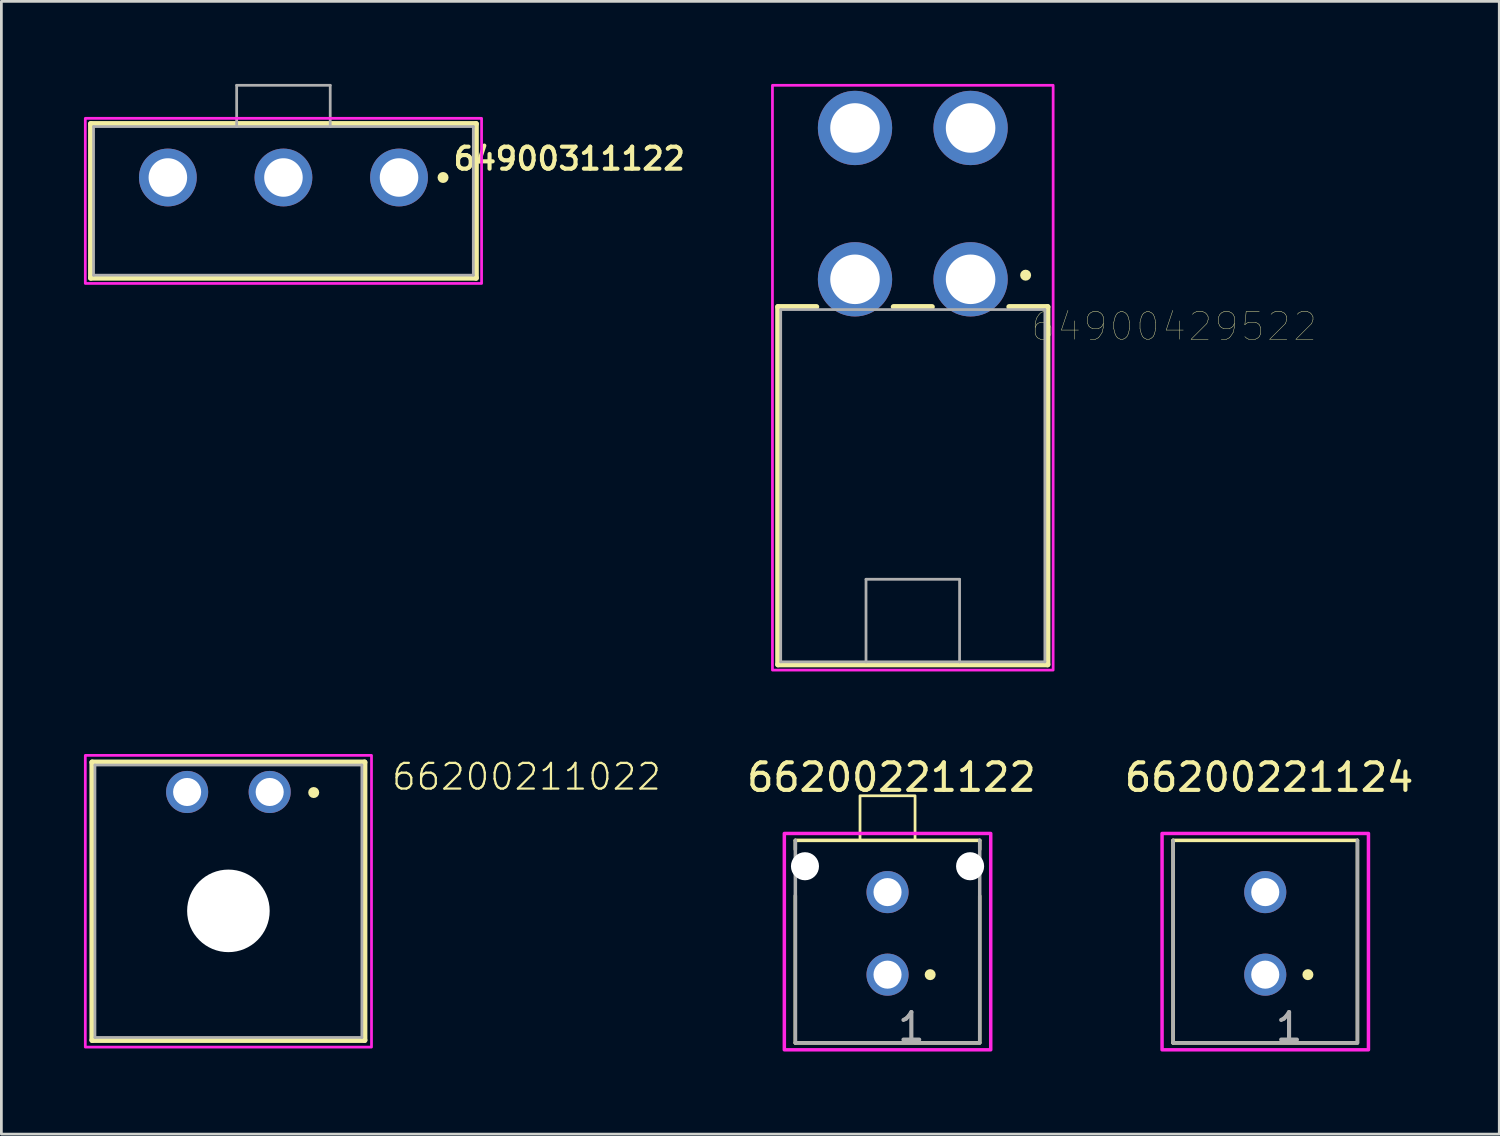
<source format=kicad_pcb>
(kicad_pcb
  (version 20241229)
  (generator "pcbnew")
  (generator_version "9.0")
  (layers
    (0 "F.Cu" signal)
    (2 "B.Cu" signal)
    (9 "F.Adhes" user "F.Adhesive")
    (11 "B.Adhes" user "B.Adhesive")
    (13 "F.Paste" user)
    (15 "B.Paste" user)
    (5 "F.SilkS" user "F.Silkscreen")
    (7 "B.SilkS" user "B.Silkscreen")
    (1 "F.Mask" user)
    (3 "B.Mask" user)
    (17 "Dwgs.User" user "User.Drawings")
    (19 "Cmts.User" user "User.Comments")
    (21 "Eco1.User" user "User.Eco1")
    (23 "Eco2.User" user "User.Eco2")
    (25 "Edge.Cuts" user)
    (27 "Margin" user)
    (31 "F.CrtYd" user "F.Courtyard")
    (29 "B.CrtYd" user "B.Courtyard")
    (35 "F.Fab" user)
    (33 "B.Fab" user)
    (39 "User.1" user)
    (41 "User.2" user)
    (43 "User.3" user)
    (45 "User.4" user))
  (footprint "66200211022"
    (layer "F.Cu")
    (at 5.25 29.7)
    (property "Reference" "66200211022" (at 5.88 -3.975 0) (layer "F.SilkS") (effects (font (size 0.935 0.935) (thickness 0.081)) (justify left bottom)))
    (attr through_hole)
    (fp_line (start -4.95 -5.05) (end 4.95 -5.05) (stroke (width 0.2) (type solid)) (layer "F.SilkS"))
    (fp_line (start -4.95 5.05) (end -4.95 -5.05) (stroke (width 0.2) (type solid)) (layer "F.SilkS"))
    (fp_line (start 4.95 -5.05) (end 4.95 5.05) (stroke (width 0.2) (type solid)) (layer "F.SilkS"))
    (fp_line (start 4.95 5.05) (end -4.95 5.05) (stroke (width 0.2) (type solid)) (layer "F.SilkS"))
    (fp_circle (center 3.1 -3.95) (end 3.2 -3.95) (stroke (width 0.2) (type solid)) (fill no) (layer "F.SilkS"))
    (fp_poly (pts (xy 5.2 5.3) (xy -5.2 5.3) (xy -5.2 -5.3) (xy 5.2 -5.3)) (stroke (width 0.1) (type default)) (fill no) (layer "F.CrtYd"))
    (fp_line (start -4.85 -4.95) (end 4.85 -4.95) (stroke (width 0.1) (type solid)) (layer "F.Fab"))
    (fp_line (start -4.85 4.95) (end -4.85 -4.95) (stroke (width 0.1) (type solid)) (layer "F.Fab"))
    (fp_line (start 4.85 -4.95) (end 4.85 4.95) (stroke (width 0.1) (type solid)) (layer "F.Fab"))
    (fp_line (start 4.85 4.95) (end -4.85 4.95) (stroke (width 0.1) (type solid)) (layer "F.Fab"))
    (pad "" np_thru_hole circle (at 0 0.35) (size 3 3) (drill 3) (layers "*.Cu" "*.Mask"))
    (pad "1" thru_hole circle (at 1.5 -3.97) (size 1.53 1.53) (drill 1.02) (layers "*.Cu" "*.Mask"))
    (pad "2" thru_hole circle (at -1.5 -3.97) (size 1.53 1.53) (drill 1.02) (layers "*.Cu" "*.Mask")))
  (footprint "66200221124"
    (layer "F.Cu")
    (at 42.928 30.868)
    (property "Reference" "66200221124" (at 0.14 -5.67 0) (layer "F.SilkS") (effects (font (size 1 1) (thickness 0.15))))
    (attr through_hole)
    (fp_line (start -3.35 -3.38) (end -3.35 3.98) (stroke (width 0.127) (type solid)) (layer "F.SilkS"))
    (fp_line (start -3.35 3.98) (end 3.35 3.98) (stroke (width 0.127) (type solid)) (layer "F.SilkS"))
    (fp_line (start 3.35 -3.38) (end -3.35 -3.38) (stroke (width 0.127) (type solid)) (layer "F.SilkS"))
    (fp_line (start 3.35 -3.38) (end 3.35 3.94) (stroke (width 0.127) (type solid)) (layer "F.SilkS"))
    (fp_circle (center 1.55 1.5) (end 1.65 1.5) (stroke (width 0.2) (type solid)) (fill no) (layer "F.SilkS"))
    (fp_poly (pts (xy -3.75 -3.63) (xy 3.75 -3.63) (xy 3.75 4.23) (xy -3.75 4.23)) (stroke (width 0.127) (type solid)) (fill no) (layer "F.CrtYd"))
    (fp_line (start -3.35 -3.38) (end -3.35 3.98) (stroke (width 0.127) (type solid)) (layer "F.Fab"))
    (fp_line (start -3.35 3.98) (end 3.35 3.98) (stroke (width 0.127) (type solid)) (layer "F.Fab"))
    (fp_line (start 3.35 3.98) (end 3.35 -3.38) (stroke (width 0.127) (type solid)) (layer "F.Fab"))
    (fp_text user "1" (at 0.865 3.405 0) (layer "F.Fab") (effects (font (size 1 1) (thickness 0.15))))
    (pad "1" thru_hole circle (at 0 1.5) (size 1.53 1.53) (drill 1.02) (layers "*.Cu" "*.Mask"))
    (pad "2" thru_hole circle (at 0 -1.5) (size 1.53 1.53) (drill 1.02) (layers "*.Cu" "*.Mask")))
  (footprint "66200221122"
    (layer "F.Cu")
    (at 29.202 30.868)
    (property "Reference" "66200221122" (at 0.14 -5.67 0) (layer "F.SilkS") (effects (font (size 1 1) (thickness 0.15))))
    (attr through_hole)
    (fp_line (start -3.35 -3.05) (end -3.35 -3.38) (stroke (width 0.127) (type solid)) (layer "F.SilkS"))
    (fp_line (start -3.35 -1.37) (end -3.35 3.98) (stroke (width 0.127) (type solid)) (layer "F.SilkS"))
    (fp_line (start -3.35 3.98) (end 3.35 3.98) (stroke (width 0.127) (type solid)) (layer "F.SilkS"))
    (fp_line (start 3.35 -3.38) (end -3.35 -3.38) (stroke (width 0.127) (type solid)) (layer "F.SilkS"))
    (fp_line (start 3.35 -3.05) (end 3.35 -3.38) (stroke (width 0.127) (type solid)) (layer "F.SilkS"))
    (fp_line (start 3.35 -1.36) (end 3.35 3.94) (stroke (width 0.127) (type solid)) (layer "F.SilkS"))
    (fp_rect (start -1 -5) (end 1 -3.38) (stroke (width 0.1) (type default)) (fill no) (layer "F.SilkS"))
    (fp_circle (center 1.55 1.5) (end 1.65 1.5) (stroke (width 0.2) (type solid)) (fill no) (layer "F.SilkS"))
    (fp_poly (pts (xy -3.75 -3.63) (xy 3.75 -3.63) (xy 3.75 4.23) (xy -3.75 4.23)) (stroke (width 0.127) (type solid)) (fill no) (layer "F.CrtYd"))
    (fp_line (start -3.35 -3.38) (end -3.35 3.98) (stroke (width 0.127) (type solid)) (layer "F.Fab"))
    (fp_line (start -3.35 3.98) (end 3.35 3.98) (stroke (width 0.127) (type solid)) (layer "F.Fab"))
    (fp_line (start 3.35 3.98) (end 3.35 -3.38) (stroke (width 0.127) (type solid)) (layer "F.Fab"))
    (fp_text user "1" (at 0.865 3.405 0) (layer "F.Fab") (effects (font (size 1 1) (thickness 0.15))))
    (pad "" np_thru_hole circle (at -3 -2.44) (size 1.02 1.02) (drill 1.02) (layers "*.Cu" "*.Mask"))
    (pad "" np_thru_hole circle (at 3 -2.44) (size 1.02 1.02) (drill 1.02) (layers "*.Cu" "*.Mask"))
    (pad "1" thru_hole circle (at 0 1.5) (size 1.53 1.53) (drill 1.02) (layers "*.Cu" "*.Mask"))
    (pad "2" thru_hole circle (at 0 -1.5) (size 1.53 1.53) (drill 1.02) (layers "*.Cu" "*.Mask")))
  (footprint "64900311122"
    (layer "F.Cu")
    (at 7.25 4.25)
    (property "Reference" "64900311122" (at 10.385 -1.533 0) (layer "F.SilkS") (effects (font (size 0.8 0.8) (thickness 0.15))))
    (attr through_hole)
    (fp_line (start -7 -2.8) (end 7 -2.8) (stroke (width 0.2) (type solid)) (layer "F.SilkS"))
    (fp_line (start -7 2.8) (end -7 -2.8) (stroke (width 0.2) (type solid)) (layer "F.SilkS"))
    (fp_line (start 7 -2.8) (end 7 2.8) (stroke (width 0.2) (type solid)) (layer "F.SilkS"))
    (fp_line (start 7 2.8) (end -7 2.8) (stroke (width 0.2) (type solid)) (layer "F.SilkS"))
    (fp_circle (center 5.8 -0.85) (end 5.9 -0.85) (stroke (width 0.2) (type solid)) (fill no) (layer "F.SilkS"))
    (fp_poly (pts (xy -7.2 -3) (xy 7.2 -3) (xy 7.2 3) (xy -7.2 3)) (stroke (width 0.1) (type solid)) (fill no) (layer "F.CrtYd"))
    (fp_line (start -6.9 -2.7) (end -1.7 -2.7) (stroke (width 0.1) (type solid)) (layer "F.Fab"))
    (fp_line (start -6.9 2.7) (end -6.9 -2.7) (stroke (width 0.1) (type solid)) (layer "F.Fab"))
    (fp_line (start -1.7 -4.2) (end 1.7 -4.2) (stroke (width 0.1) (type solid)) (layer "F.Fab"))
    (fp_line (start -1.7 -2.7) (end -1.7 -4.2) (stroke (width 0.1) (type solid)) (layer "F.Fab"))
    (fp_line (start -1.7 -2.7) (end 1.7 -2.7) (stroke (width 0.1) (type solid)) (layer "F.Fab"))
    (fp_line (start 1.7 -4.2) (end 1.7 -2.7) (stroke (width 0.1) (type solid)) (layer "F.Fab"))
    (fp_line (start 1.7 -2.7) (end 6.9 -2.7) (stroke (width 0.1) (type solid)) (layer "F.Fab"))
    (fp_line (start 6.9 -2.7) (end 6.9 2.7) (stroke (width 0.1) (type solid)) (layer "F.Fab"))
    (fp_line (start 6.9 2.7) (end -6.9 2.7) (stroke (width 0.1) (type solid)) (layer "F.Fab"))
    (pad "1" thru_hole circle (at 4.2 -0.85) (size 2.1 2.1) (drill 1.4) (layers "*.Cu" "*.Mask"))
    (pad "2" thru_hole circle (at 0 -0.85) (size 2.1 2.1) (drill 1.4) (layers "*.Cu" "*.Mask"))
    (pad "3" thru_hole circle (at -4.2 -0.85) (size 2.1 2.1) (drill 1.4) (layers "*.Cu" "*.Mask")))
  (footprint "64900429522"
    (layer "F.Cu")
    (at 30.12 14.6)
    (property "Reference" "64900429522" (at 9.495 -5.785 0) (layer "F.SilkS") (effects (font (size 1 1) (thickness 0.015))))
    (attr through_hole)
    (fp_line (start -4.9 -6.5) (end -4.9 6.5) (stroke (width 0.2) (type solid)) (layer "F.SilkS"))
    (fp_line (start -4.9 6.5) (end 4.9 6.5) (stroke (width 0.2) (type solid)) (layer "F.SilkS"))
    (fp_line (start -3.5 -6.5) (end -4.9 -6.5) (stroke (width 0.2) (type solid)) (layer "F.SilkS"))
    (fp_line (start -0.7 -6.5) (end 0.7 -6.5) (stroke (width 0.2) (type solid)) (layer "F.SilkS"))
    (fp_line (start 4.9 -6.5) (end 3.5 -6.5) (stroke (width 0.2) (type solid)) (layer "F.SilkS"))
    (fp_line (start 4.9 6.5) (end 4.9 -6.5) (stroke (width 0.2) (type solid)) (layer "F.SilkS"))
    (fp_circle (center 4.1 -7.65) (end 4.2 -7.65) (stroke (width 0.2) (type solid)) (fill no) (layer "F.SilkS"))
    (fp_poly (pts (xy -5.1 -14.55) (xy 5.1 -14.55) (xy 5.1 6.7) (xy -5.1 6.7)) (stroke (width 0.1) (type solid)) (fill no) (layer "F.CrtYd"))
    (fp_line (start -4.8 -6.4) (end 4.8 -6.4) (stroke (width 0.1) (type solid)) (layer "F.Fab"))
    (fp_line (start -4.8 6.4) (end -4.8 -6.4) (stroke (width 0.1) (type solid)) (layer "F.Fab"))
    (fp_line (start -1.7 3.4) (end 1.7 3.4) (stroke (width 0.1) (type solid)) (layer "F.Fab"))
    (fp_line (start -1.7 6.4) (end -4.8 6.4) (stroke (width 0.1) (type solid)) (layer "F.Fab"))
    (fp_line (start -1.7 6.4) (end -1.7 3.4) (stroke (width 0.1) (type solid)) (layer "F.Fab"))
    (fp_line (start 1.7 3.4) (end 1.7 6.4) (stroke (width 0.1) (type solid)) (layer "F.Fab"))
    (fp_line (start 1.7 6.4) (end -1.7 6.4) (stroke (width 0.1) (type solid)) (layer "F.Fab"))
    (fp_line (start 4.8 -6.4) (end 4.8 6.4) (stroke (width 0.1) (type solid)) (layer "F.Fab"))
    (fp_line (start 4.8 6.4) (end 1.7 6.4) (stroke (width 0.1) (type solid)) (layer "F.Fab"))
    (pad "1" thru_hole circle (at 2.1 -7.5) (size 2.7 2.7) (drill 1.8) (layers "*.Cu" "*.Mask"))
    (pad "2" thru_hole circle (at -2.1 -7.5) (size 2.7 2.7) (drill 1.8) (layers "*.Cu" "*.Mask"))
    (pad "3" thru_hole circle (at 2.1 -13) (size 2.7 2.7) (drill 1.8) (layers "*.Cu" "*.Mask"))
    (pad "4" thru_hole circle (at -2.1 -13) (size 2.7 2.7) (drill 1.8) (layers "*.Cu" "*.Mask")))
  (gr_rect
    (start -3 -3)
    (end 51.432 38.162)
    (stroke (width 0.1) (type default))
    (fill no)
    (layer "Edge.Cuts")))
</source>
